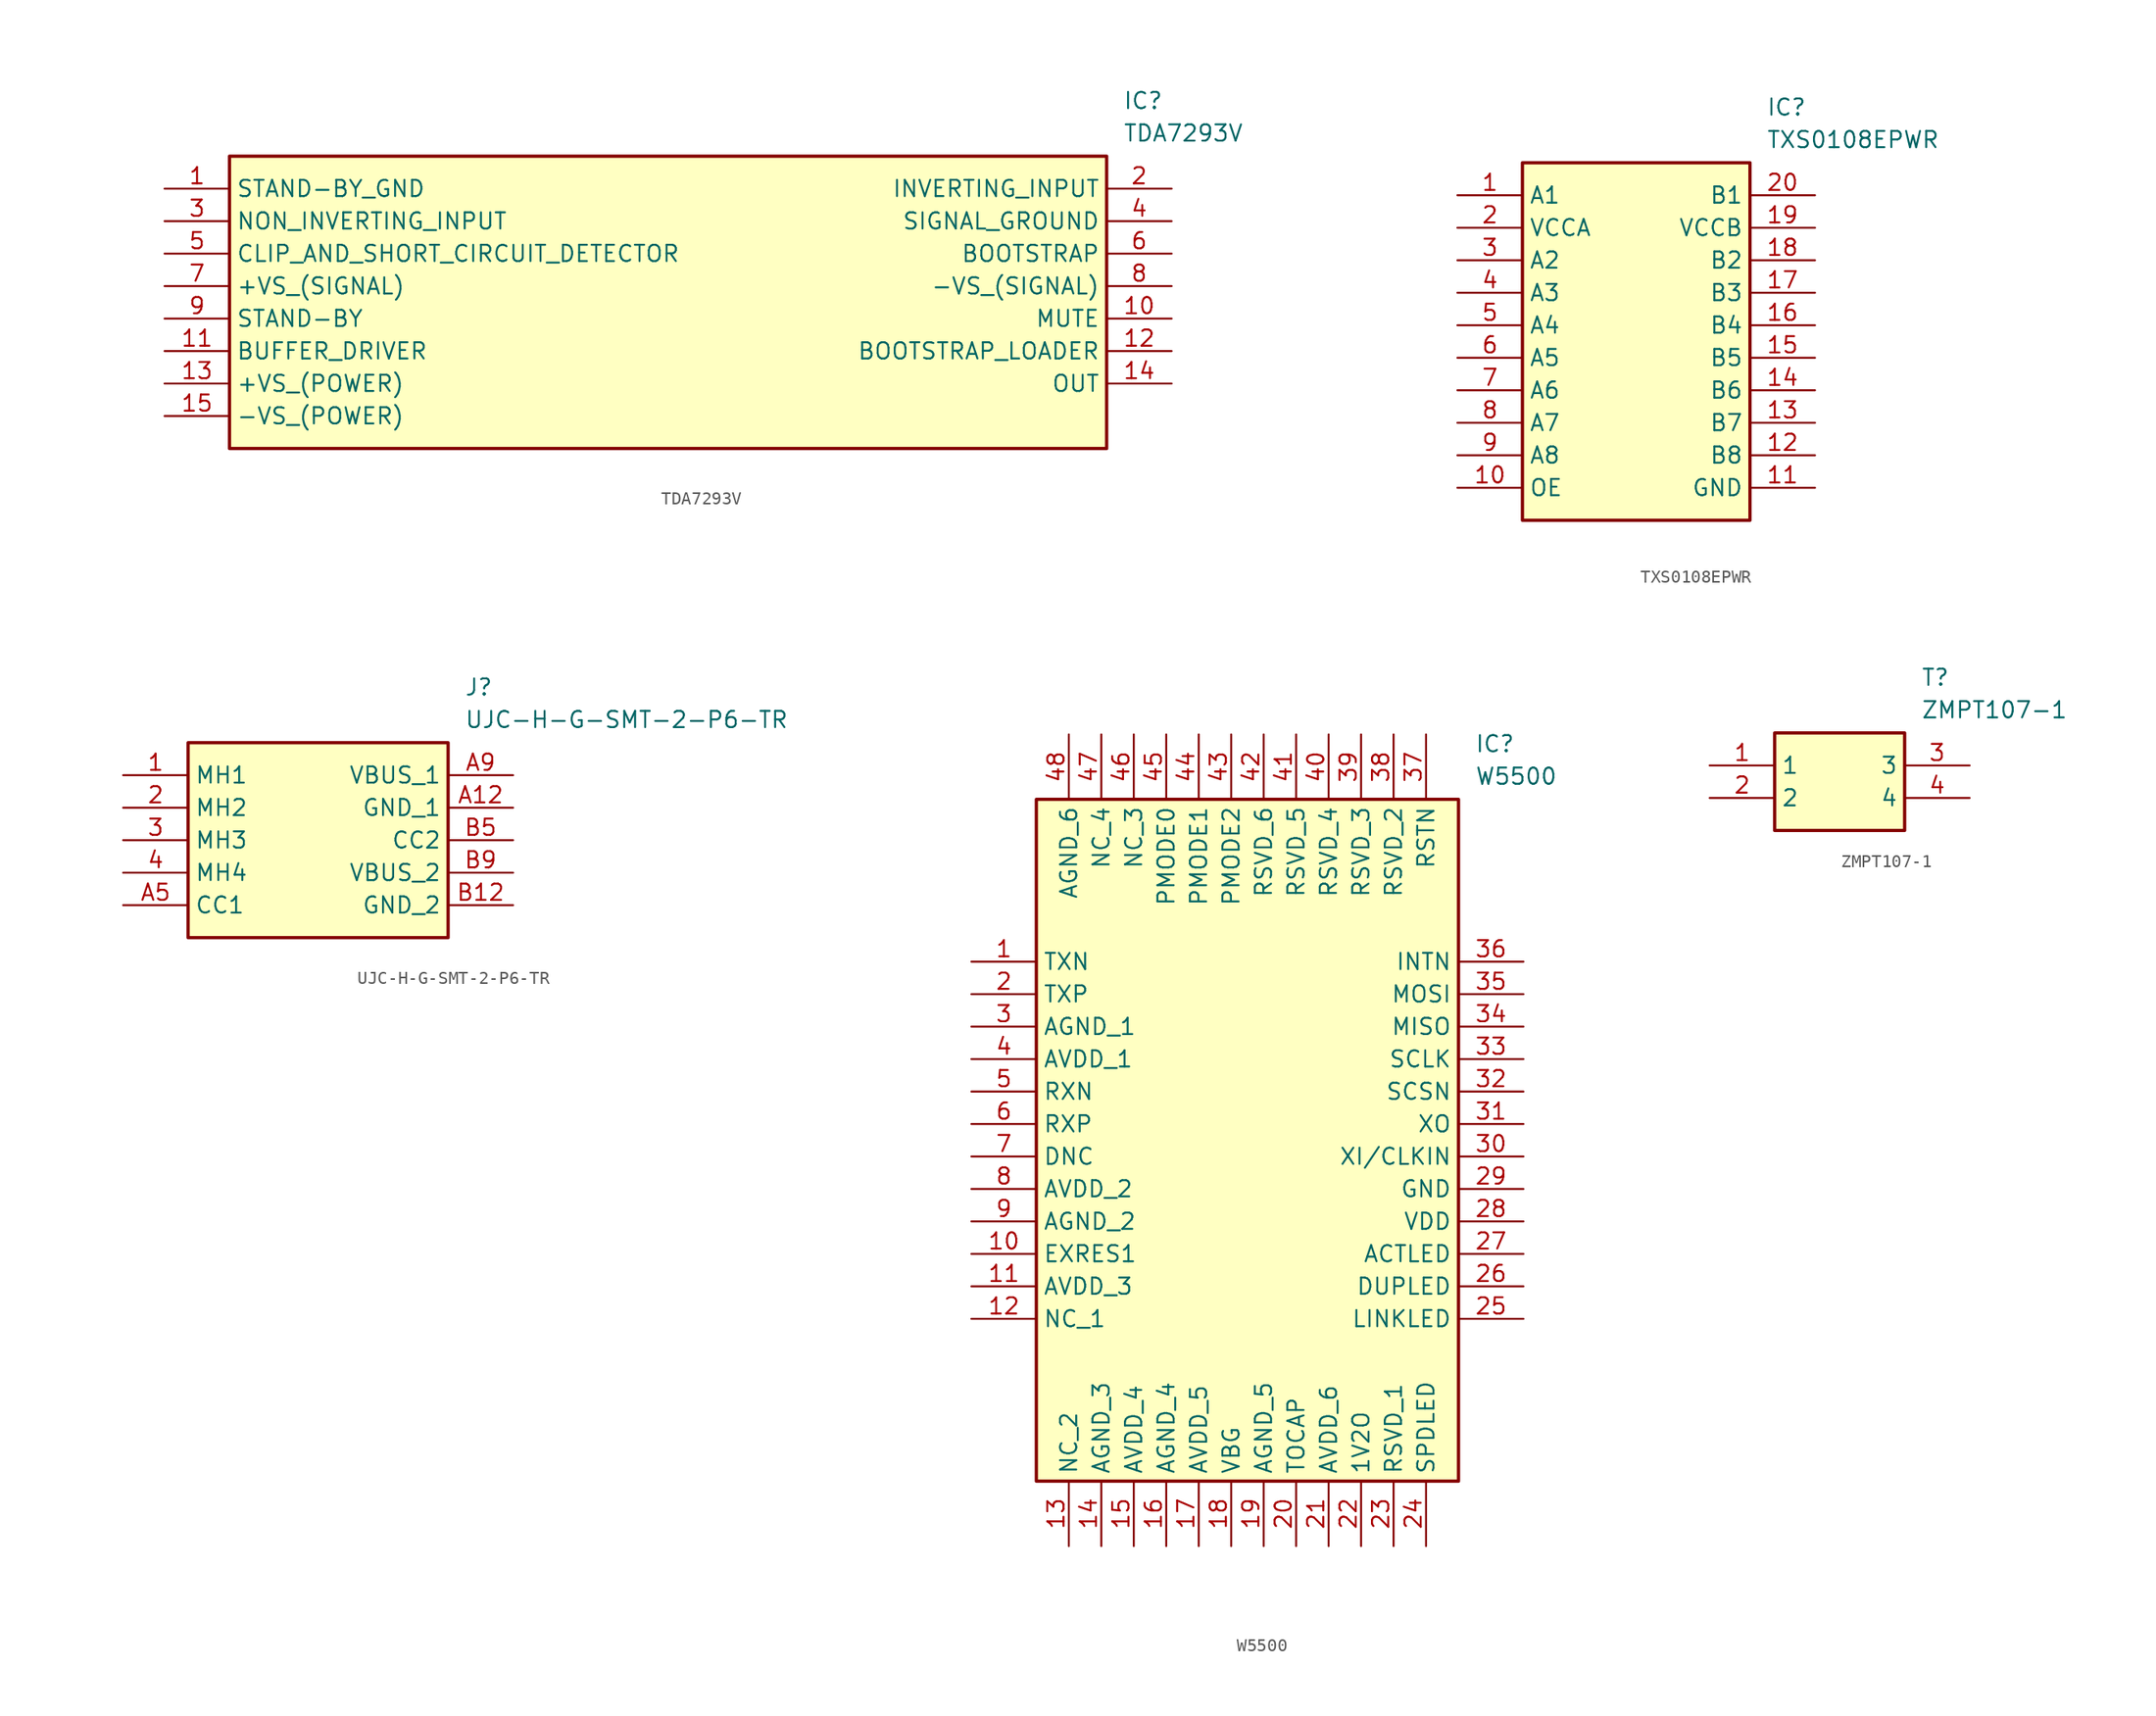
<source format=kicad_sym>
(kicad_symbol_lib
  (version 20241209)
  (generator "kicad_symbol_editor")
  (generator_version "9.0")
  (symbol "TDA7293V"
    (property "Reference" "IC"
      (at 74.93 7.62 0)
      (effects (font (size 1.27 1.27)) (justify left top)))
    (property "Value" "TDA7293V"
      (at 74.93 5.08 0)
      (effects (font (size 1.27 1.27)) (justify left top)))
    (symbol "TDA7293V_1_1"
      (rectangle (start 5.08 2.54) (end 73.66 -20.32) (stroke (width 0.254) (type default)) (fill (type background)))
      (pin passive line (at 0 0 0) (length 5.08) (name "STAND-BY_GND" (effects (font (size 1.27 1.27)))) (number "1" (effects (font (size 1.27 1.27)))))
      (pin passive line (at 0 -2.54 0) (length 5.08) (name "NON_INVERTING_INPUT" (effects (font (size 1.27 1.27)))) (number "3" (effects (font (size 1.27 1.27)))))
      (pin passive line (at 0 -5.08 0) (length 5.08) (name "CLIP_AND_SHORT_CIRCUIT_DETECTOR" (effects (font (size 1.27 1.27)))) (number "5" (effects (font (size 1.27 1.27)))))
      (pin passive line (at 0 -7.62 0) (length 5.08) (name "+VS_(SIGNAL)" (effects (font (size 1.27 1.27)))) (number "7" (effects (font (size 1.27 1.27)))))
      (pin passive line (at 0 -10.16 0) (length 5.08) (name "STAND-BY" (effects (font (size 1.27 1.27)))) (number "9" (effects (font (size 1.27 1.27)))))
      (pin passive line (at 0 -12.7 0) (length 5.08) (name "BUFFER_DRIVER" (effects (font (size 1.27 1.27)))) (number "11" (effects (font (size 1.27 1.27)))))
      (pin passive line (at 0 -15.24 0) (length 5.08) (name "+VS_(POWER)" (effects (font (size 1.27 1.27)))) (number "13" (effects (font (size 1.27 1.27)))))
      (pin passive line (at 0 -17.78 0) (length 5.08) (name "-VS_(POWER)" (effects (font (size 1.27 1.27)))) (number "15" (effects (font (size 1.27 1.27)))))
      (pin passive line (at 78.74 0 180) (length 5.08) (name "INVERTING_INPUT" (effects (font (size 1.27 1.27)))) (number "2" (effects (font (size 1.27 1.27)))))
      (pin passive line (at 78.74 -2.54 180) (length 5.08) (name "SIGNAL_GROUND" (effects (font (size 1.27 1.27)))) (number "4" (effects (font (size 1.27 1.27)))))
      (pin passive line (at 78.74 -5.08 180) (length 5.08) (name "BOOTSTRAP" (effects (font (size 1.27 1.27)))) (number "6" (effects (font (size 1.27 1.27)))))
      (pin passive line (at 78.74 -7.62 180) (length 5.08) (name "-VS_(SIGNAL)" (effects (font (size 1.27 1.27)))) (number "8" (effects (font (size 1.27 1.27)))))
      (pin passive line (at 78.74 -10.16 180) (length 5.08) (name "MUTE" (effects (font (size 1.27 1.27)))) (number "10" (effects (font (size 1.27 1.27)))))
      (pin passive line (at 78.74 -12.7 180) (length 5.08) (name "BOOTSTRAP_LOADER" (effects (font (size 1.27 1.27)))) (number "12" (effects (font (size 1.27 1.27)))))
      (pin passive line (at 78.74 -15.24 180) (length 5.08) (name "OUT" (effects (font (size 1.27 1.27)))) (number "14" (effects (font (size 1.27 1.27)))))))
  (symbol "TXS0108EPWR"
    (property "Reference" "IC"
      (at 24.13 7.62 0)
      (effects (font (size 1.27 1.27)) (justify left top)))
    (property "Value" "TXS0108EPWR"
      (at 24.13 5.08 0)
      (effects (font (size 1.27 1.27)) (justify left top)))
    (symbol "TXS0108EPWR_1_1"
      (rectangle (start 5.08 2.54) (end 22.86 -25.4) (stroke (width 0.254) (type default)) (fill (type background)))
      (pin passive line (at 0 0 0) (length 5.08) (name "A1" (effects (font (size 1.27 1.27)))) (number "1" (effects (font (size 1.27 1.27)))))
      (pin passive line (at 0 -2.54 0) (length 5.08) (name "VCCA" (effects (font (size 1.27 1.27)))) (number "2" (effects (font (size 1.27 1.27)))))
      (pin passive line (at 0 -5.08 0) (length 5.08) (name "A2" (effects (font (size 1.27 1.27)))) (number "3" (effects (font (size 1.27 1.27)))))
      (pin passive line (at 0 -7.62 0) (length 5.08) (name "A3" (effects (font (size 1.27 1.27)))) (number "4" (effects (font (size 1.27 1.27)))))
      (pin passive line (at 0 -10.16 0) (length 5.08) (name "A4" (effects (font (size 1.27 1.27)))) (number "5" (effects (font (size 1.27 1.27)))))
      (pin passive line (at 0 -12.7 0) (length 5.08) (name "A5" (effects (font (size 1.27 1.27)))) (number "6" (effects (font (size 1.27 1.27)))))
      (pin passive line (at 0 -15.24 0) (length 5.08) (name "A6" (effects (font (size 1.27 1.27)))) (number "7" (effects (font (size 1.27 1.27)))))
      (pin passive line (at 0 -17.78 0) (length 5.08) (name "A7" (effects (font (size 1.27 1.27)))) (number "8" (effects (font (size 1.27 1.27)))))
      (pin passive line (at 0 -20.32 0) (length 5.08) (name "A8" (effects (font (size 1.27 1.27)))) (number "9" (effects (font (size 1.27 1.27)))))
      (pin passive line (at 0 -22.86 0) (length 5.08) (name "OE" (effects (font (size 1.27 1.27)))) (number "10" (effects (font (size 1.27 1.27)))))
      (pin passive line (at 27.94 0 180) (length 5.08) (name "B1" (effects (font (size 1.27 1.27)))) (number "20" (effects (font (size 1.27 1.27)))))
      (pin passive line (at 27.94 -2.54 180) (length 5.08) (name "VCCB" (effects (font (size 1.27 1.27)))) (number "19" (effects (font (size 1.27 1.27)))))
      (pin passive line (at 27.94 -5.08 180) (length 5.08) (name "B2" (effects (font (size 1.27 1.27)))) (number "18" (effects (font (size 1.27 1.27)))))
      (pin passive line (at 27.94 -7.62 180) (length 5.08) (name "B3" (effects (font (size 1.27 1.27)))) (number "17" (effects (font (size 1.27 1.27)))))
      (pin passive line (at 27.94 -10.16 180) (length 5.08) (name "B4" (effects (font (size 1.27 1.27)))) (number "16" (effects (font (size 1.27 1.27)))))
      (pin passive line (at 27.94 -12.7 180) (length 5.08) (name "B5" (effects (font (size 1.27 1.27)))) (number "15" (effects (font (size 1.27 1.27)))))
      (pin passive line (at 27.94 -15.24 180) (length 5.08) (name "B6" (effects (font (size 1.27 1.27)))) (number "14" (effects (font (size 1.27 1.27)))))
      (pin passive line (at 27.94 -17.78 180) (length 5.08) (name "B7" (effects (font (size 1.27 1.27)))) (number "13" (effects (font (size 1.27 1.27)))))
      (pin passive line (at 27.94 -20.32 180) (length 5.08) (name "B8" (effects (font (size 1.27 1.27)))) (number "12" (effects (font (size 1.27 1.27)))))
      (pin passive line (at 27.94 -22.86 180) (length 5.08) (name "GND" (effects (font (size 1.27 1.27)))) (number "11" (effects (font (size 1.27 1.27)))))))
  (symbol "UJC-H-G-SMT-2-P6-TR"
    (property "Reference" "J"
      (at 26.67 7.62 0)
      (effects (font (size 1.27 1.27)) (justify left top)))
    (property "Value" "UJC-H-G-SMT-2-P6-TR"
      (at 26.67 5.08 0)
      (effects (font (size 1.27 1.27)) (justify left top)))
    (symbol "UJC-H-G-SMT-2-P6-TR_1_1"
      (rectangle (start 5.08 2.54) (end 25.4 -12.7) (stroke (width 0.254) (type default)) (fill (type background)))
      (pin passive line (at 0 0 0) (length 5.08) (name "MH1" (effects (font (size 1.27 1.27)))) (number "1" (effects (font (size 1.27 1.27)))))
      (pin passive line (at 0 -2.54 0) (length 5.08) (name "MH2" (effects (font (size 1.27 1.27)))) (number "2" (effects (font (size 1.27 1.27)))))
      (pin passive line (at 0 -5.08 0) (length 5.08) (name "MH3" (effects (font (size 1.27 1.27)))) (number "3" (effects (font (size 1.27 1.27)))))
      (pin passive line (at 0 -7.62 0) (length 5.08) (name "MH4" (effects (font (size 1.27 1.27)))) (number "4" (effects (font (size 1.27 1.27)))))
      (pin passive line (at 0 -10.16 0) (length 5.08) (name "CC1" (effects (font (size 1.27 1.27)))) (number "A5" (effects (font (size 1.27 1.27)))))
      (pin passive line (at 30.48 0 180) (length 5.08) (name "VBUS_1" (effects (font (size 1.27 1.27)))) (number "A9" (effects (font (size 1.27 1.27)))))
      (pin passive line (at 30.48 -2.54 180) (length 5.08) (name "GND_1" (effects (font (size 1.27 1.27)))) (number "A12" (effects (font (size 1.27 1.27)))))
      (pin passive line (at 30.48 -5.08 180) (length 5.08) (name "CC2" (effects (font (size 1.27 1.27)))) (number "B5" (effects (font (size 1.27 1.27)))))
      (pin passive line (at 30.48 -7.62 180) (length 5.08) (name "VBUS_2" (effects (font (size 1.27 1.27)))) (number "B9" (effects (font (size 1.27 1.27)))))
      (pin passive line (at 30.48 -10.16 180) (length 5.08) (name "GND_2" (effects (font (size 1.27 1.27)))) (number "B12" (effects (font (size 1.27 1.27)))))))
  (symbol "W5500"
    (property "Reference" "IC"
      (at 39.37 17.78 0)
      (effects (font (size 1.27 1.27)) (justify left top)))
    (property "Value" "W5500"
      (at 39.37 15.24 0)
      (effects (font (size 1.27 1.27)) (justify left top)))
    (symbol "W5500_1_1"
      (rectangle (start 5.08 12.7) (end 38.1 -40.64) (stroke (width 0.254) (type default)) (fill (type background)))
      (pin passive line (at 0 0 0) (length 5.08) (name "TXN" (effects (font (size 1.27 1.27)))) (number "1" (effects (font (size 1.27 1.27)))))
      (pin passive line (at 0 -2.54 0) (length 5.08) (name "TXP" (effects (font (size 1.27 1.27)))) (number "2" (effects (font (size 1.27 1.27)))))
      (pin passive line (at 0 -5.08 0) (length 5.08) (name "AGND_1" (effects (font (size 1.27 1.27)))) (number "3" (effects (font (size 1.27 1.27)))))
      (pin passive line (at 0 -7.62 0) (length 5.08) (name "AVDD_1" (effects (font (size 1.27 1.27)))) (number "4" (effects (font (size 1.27 1.27)))))
      (pin passive line (at 0 -10.16 0) (length 5.08) (name "RXN" (effects (font (size 1.27 1.27)))) (number "5" (effects (font (size 1.27 1.27)))))
      (pin passive line (at 0 -12.7 0) (length 5.08) (name "RXP" (effects (font (size 1.27 1.27)))) (number "6" (effects (font (size 1.27 1.27)))))
      (pin passive line (at 0 -15.24 0) (length 5.08) (name "DNC" (effects (font (size 1.27 1.27)))) (number "7" (effects (font (size 1.27 1.27)))))
      (pin passive line (at 0 -17.78 0) (length 5.08) (name "AVDD_2" (effects (font (size 1.27 1.27)))) (number "8" (effects (font (size 1.27 1.27)))))
      (pin passive line (at 0 -20.32 0) (length 5.08) (name "AGND_2" (effects (font (size 1.27 1.27)))) (number "9" (effects (font (size 1.27 1.27)))))
      (pin passive line (at 0 -22.86 0) (length 5.08) (name "EXRES1" (effects (font (size 1.27 1.27)))) (number "10" (effects (font (size 1.27 1.27)))))
      (pin passive line (at 0 -25.4 0) (length 5.08) (name "AVDD_3" (effects (font (size 1.27 1.27)))) (number "11" (effects (font (size 1.27 1.27)))))
      (pin passive line (at 0 -27.94 0) (length 5.08) (name "NC_1" (effects (font (size 1.27 1.27)))) (number "12" (effects (font (size 1.27 1.27)))))
      (pin passive line (at 7.62 17.78 270) (length 5.08) (name "AGND_6" (effects (font (size 1.27 1.27)))) (number "48" (effects (font (size 1.27 1.27)))))
      (pin passive line (at 7.62 -45.72 90) (length 5.08) (name "NC_2" (effects (font (size 1.27 1.27)))) (number "13" (effects (font (size 1.27 1.27)))))
      (pin passive line (at 10.16 17.78 270) (length 5.08) (name "NC_4" (effects (font (size 1.27 1.27)))) (number "47" (effects (font (size 1.27 1.27)))))
      (pin passive line (at 10.16 -45.72 90) (length 5.08) (name "AGND_3" (effects (font (size 1.27 1.27)))) (number "14" (effects (font (size 1.27 1.27)))))
      (pin passive line (at 12.7 17.78 270) (length 5.08) (name "NC_3" (effects (font (size 1.27 1.27)))) (number "46" (effects (font (size 1.27 1.27)))))
      (pin passive line (at 12.7 -45.72 90) (length 5.08) (name "AVDD_4" (effects (font (size 1.27 1.27)))) (number "15" (effects (font (size 1.27 1.27)))))
      (pin passive line (at 15.24 17.78 270) (length 5.08) (name "PMODE0" (effects (font (size 1.27 1.27)))) (number "45" (effects (font (size 1.27 1.27)))))
      (pin passive line (at 15.24 -45.72 90) (length 5.08) (name "AGND_4" (effects (font (size 1.27 1.27)))) (number "16" (effects (font (size 1.27 1.27)))))
      (pin passive line (at 17.78 17.78 270) (length 5.08) (name "PMODE1" (effects (font (size 1.27 1.27)))) (number "44" (effects (font (size 1.27 1.27)))))
      (pin passive line (at 17.78 -45.72 90) (length 5.08) (name "AVDD_5" (effects (font (size 1.27 1.27)))) (number "17" (effects (font (size 1.27 1.27)))))
      (pin passive line (at 20.32 17.78 270) (length 5.08) (name "PMODE2" (effects (font (size 1.27 1.27)))) (number "43" (effects (font (size 1.27 1.27)))))
      (pin passive line (at 20.32 -45.72 90) (length 5.08) (name "VBG" (effects (font (size 1.27 1.27)))) (number "18" (effects (font (size 1.27 1.27)))))
      (pin passive line (at 22.86 17.78 270) (length 5.08) (name "RSVD_6" (effects (font (size 1.27 1.27)))) (number "42" (effects (font (size 1.27 1.27)))))
      (pin passive line (at 22.86 -45.72 90) (length 5.08) (name "AGND_5" (effects (font (size 1.27 1.27)))) (number "19" (effects (font (size 1.27 1.27)))))
      (pin passive line (at 25.4 17.78 270) (length 5.08) (name "RSVD_5" (effects (font (size 1.27 1.27)))) (number "41" (effects (font (size 1.27 1.27)))))
      (pin passive line (at 25.4 -45.72 90) (length 5.08) (name "TOCAP" (effects (font (size 1.27 1.27)))) (number "20" (effects (font (size 1.27 1.27)))))
      (pin passive line (at 27.94 17.78 270) (length 5.08) (name "RSVD_4" (effects (font (size 1.27 1.27)))) (number "40" (effects (font (size 1.27 1.27)))))
      (pin passive line (at 27.94 -45.72 90) (length 5.08) (name "AVDD_6" (effects (font (size 1.27 1.27)))) (number "21" (effects (font (size 1.27 1.27)))))
      (pin passive line (at 30.48 17.78 270) (length 5.08) (name "RSVD_3" (effects (font (size 1.27 1.27)))) (number "39" (effects (font (size 1.27 1.27)))))
      (pin passive line (at 30.48 -45.72 90) (length 5.08) (name "1V2O" (effects (font (size 1.27 1.27)))) (number "22" (effects (font (size 1.27 1.27)))))
      (pin passive line (at 33.02 17.78 270) (length 5.08) (name "RSVD_2" (effects (font (size 1.27 1.27)))) (number "38" (effects (font (size 1.27 1.27)))))
      (pin passive line (at 33.02 -45.72 90) (length 5.08) (name "RSVD_1" (effects (font (size 1.27 1.27)))) (number "23" (effects (font (size 1.27 1.27)))))
      (pin passive line (at 35.56 17.78 270) (length 5.08) (name "RSTN" (effects (font (size 1.27 1.27)))) (number "37" (effects (font (size 1.27 1.27)))))
      (pin passive line (at 35.56 -45.72 90) (length 5.08) (name "SPDLED" (effects (font (size 1.27 1.27)))) (number "24" (effects (font (size 1.27 1.27)))))
      (pin passive line (at 43.18 0 180) (length 5.08) (name "INTN" (effects (font (size 1.27 1.27)))) (number "36" (effects (font (size 1.27 1.27)))))
      (pin passive line (at 43.18 -2.54 180) (length 5.08) (name "MOSI" (effects (font (size 1.27 1.27)))) (number "35" (effects (font (size 1.27 1.27)))))
      (pin passive line (at 43.18 -5.08 180) (length 5.08) (name "MISO" (effects (font (size 1.27 1.27)))) (number "34" (effects (font (size 1.27 1.27)))))
      (pin passive line (at 43.18 -7.62 180) (length 5.08) (name "SCLK" (effects (font (size 1.27 1.27)))) (number "33" (effects (font (size 1.27 1.27)))))
      (pin passive line (at 43.18 -10.16 180) (length 5.08) (name "SCSN" (effects (font (size 1.27 1.27)))) (number "32" (effects (font (size 1.27 1.27)))))
      (pin passive line (at 43.18 -12.7 180) (length 5.08) (name "XO" (effects (font (size 1.27 1.27)))) (number "31" (effects (font (size 1.27 1.27)))))
      (pin passive line (at 43.18 -15.24 180) (length 5.08) (name "XI/CLKIN" (effects (font (size 1.27 1.27)))) (number "30" (effects (font (size 1.27 1.27)))))
      (pin passive line (at 43.18 -17.78 180) (length 5.08) (name "GND" (effects (font (size 1.27 1.27)))) (number "29" (effects (font (size 1.27 1.27)))))
      (pin passive line (at 43.18 -20.32 180) (length 5.08) (name "VDD" (effects (font (size 1.27 1.27)))) (number "28" (effects (font (size 1.27 1.27)))))
      (pin passive line (at 43.18 -22.86 180) (length 5.08) (name "ACTLED" (effects (font (size 1.27 1.27)))) (number "27" (effects (font (size 1.27 1.27)))))
      (pin passive line (at 43.18 -25.4 180) (length 5.08) (name "DUPLED" (effects (font (size 1.27 1.27)))) (number "26" (effects (font (size 1.27 1.27)))))
      (pin passive line (at 43.18 -27.94 180) (length 5.08) (name "LINKLED" (effects (font (size 1.27 1.27)))) (number "25" (effects (font (size 1.27 1.27)))))))
  (symbol "ZMPT107-1"
    (property "Reference" "T"
      (at 16.51 7.62 0)
      (effects (font (size 1.27 1.27)) (justify left top)))
    (property "Value" "ZMPT107-1"
      (at 16.51 5.08 0)
      (effects (font (size 1.27 1.27)) (justify left top)))
    (symbol "ZMPT107-1_1_1"
      (rectangle (start 5.08 2.54) (end 15.24 -5.08) (stroke (width 0.254) (type default)) (fill (type background)))
      (pin passive line (at 0 0 0) (length 5.08) (name "1" (effects (font (size 1.27 1.27)))) (number "1" (effects (font (size 1.27 1.27)))))
      (pin passive line (at 0 -2.54 0) (length 5.08) (name "2" (effects (font (size 1.27 1.27)))) (number "2" (effects (font (size 1.27 1.27)))))
      (pin passive line (at 20.32 0 180) (length 5.08) (name "3" (effects (font (size 1.27 1.27)))) (number "3" (effects (font (size 1.27 1.27)))))
      (pin passive line (at 20.32 -2.54 180) (length 5.08) (name "4" (effects (font (size 1.27 1.27)))) (number "4" (effects (font (size 1.27 1.27))))))))
</source>
